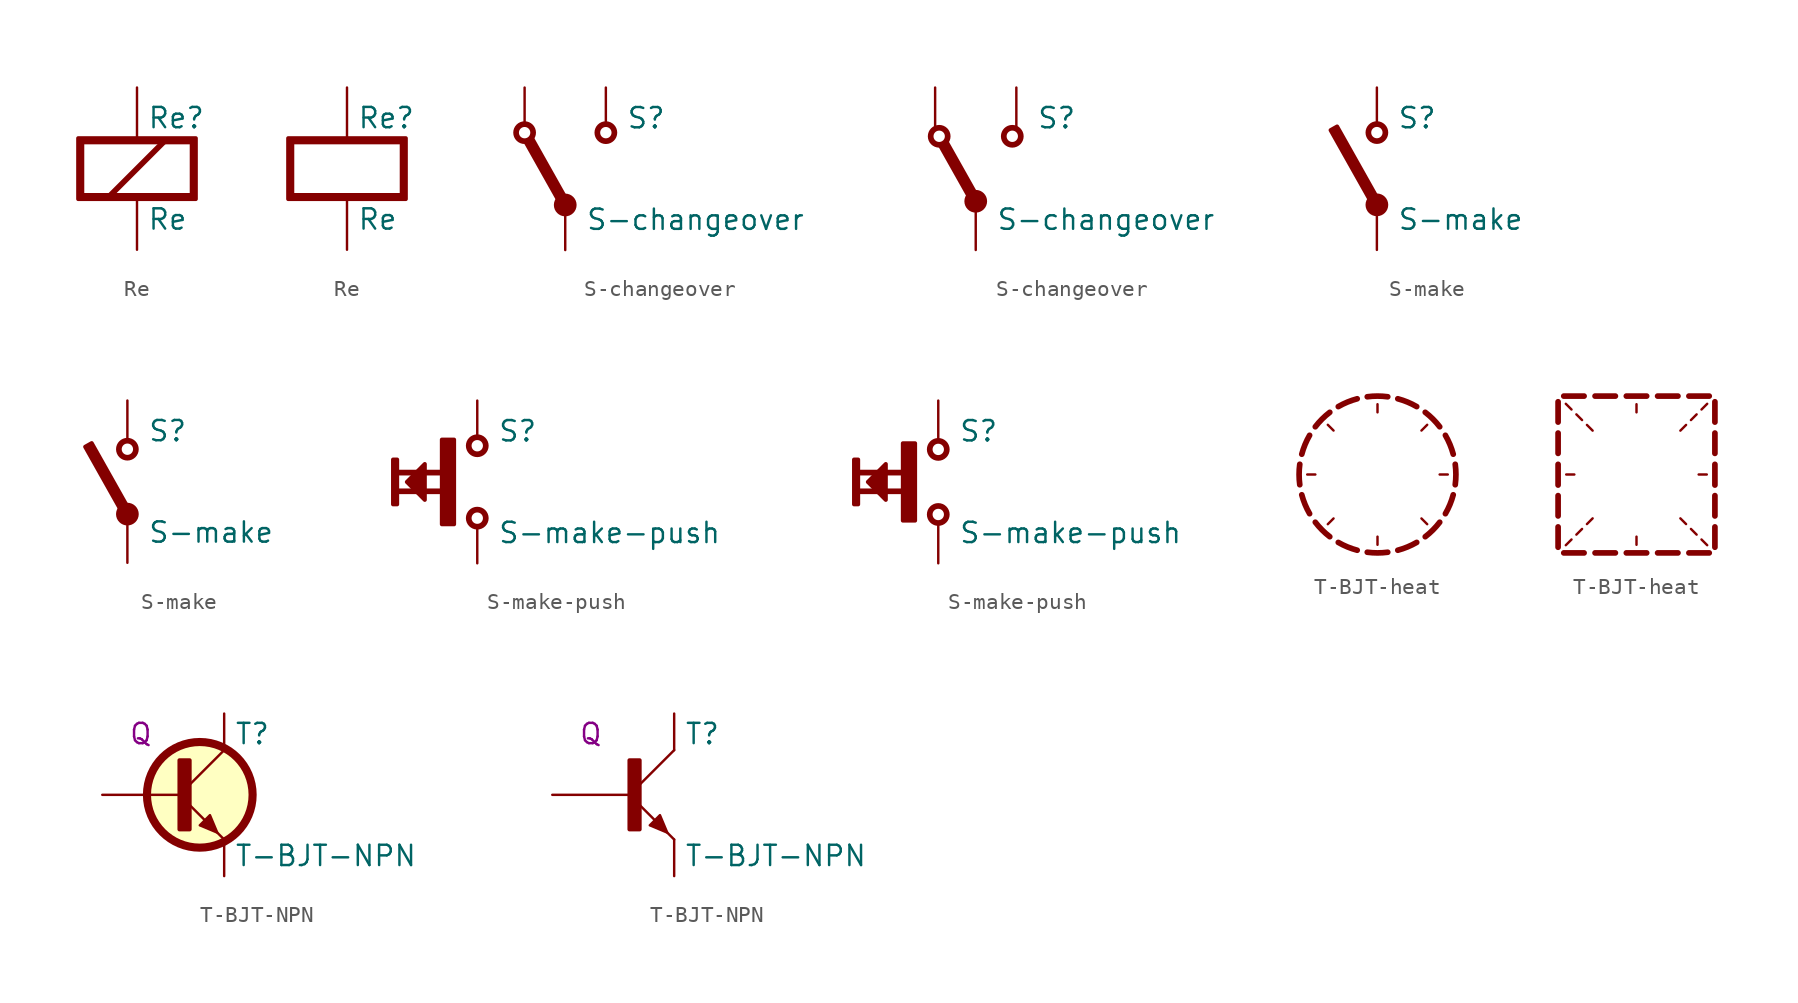
<source format=kicad_sym>
(kicad_symbol_lib
  (version 20211014)
  (generator kicad_symbol_editor)
  (symbol "Re"
    (pin_numbers hide)
    (pin_names
      (offset 0) hide)
    (property "Reference" "Re"
      (at 0.635 3.175 0)
      (effects (font (size 1.27 1.27)) (justify left)))
    (property "Value" "Re"
      (at 0.635 -3.175 0)
      (effects (font (size 1.27 1.27)) (justify left)))
    (symbol "Re_1_0"
      (pin passive line (at 0 5.08 270) (length 3.175) (name "+" (effects (font (size 1.27 1.27)))) (number "1" (effects (font (size 1.27 1.27)))))
      (pin passive line (at 0 -5.08 90) (length 3.175) (name "-" (effects (font (size 1.27 1.27)))) (number "2" (effects (font (size 1.27 1.27))))))
    (symbol "Re_1_1"
      (polyline (pts (xy -1.778 -1.778) (xy 1.778 1.778)) (stroke (width 0.356) (type default) (color 0 0 0 0)) (fill (type none)))
      (polyline (pts (xy -3.683 -1.905) (xy 3.683 -1.905) (xy 3.683 1.905) (xy -3.683 1.905) (xy -3.683 -1.905) (xy -3.429 -1.651) (xy -3.429 1.651) (xy 3.429 1.651) (xy 3.429 -1.651) (xy -3.429 -1.651) (xy -3.683 -1.905)) (stroke (width 0.254) (type default) (color 0 0 0 0)) (fill (type outline))))
    (symbol "Re_1_2"
      (polyline (pts (xy -3.683 -1.905) (xy 3.683 -1.905) (xy 3.683 1.905) (xy -3.683 1.905) (xy -3.683 -1.905) (xy -3.429 -1.651) (xy -3.429 1.651) (xy 3.429 1.651) (xy 3.429 -1.651) (xy -3.429 -1.651) (xy -3.683 -1.905)) (stroke (width 0.254) (type default) (color 0 0 0 0)) (fill (type outline)))))
  (symbol "S-changeover"
    (pin_numbers hide)
    (pin_names
      (offset 0) hide)
    (property "Reference" "S"
      (at 3.81 3.175 0)
      (effects (font (size 1.27 1.27)) (justify left)))
    (property "Value" "S-changeover"
      (at 1.27 -3.175 0)
      (effects (font (size 1.27 1.27)) (justify left)))
    (symbol "S-changeover_1_1"
      (circle (center -2.54 2.261) (radius 0.533) (stroke (width 0.356) (type default) (color 0 0 0 0)) (fill (type none)))
      (circle (center 0 -2.261) (radius 0.533) (stroke (width 0.356) (type default) (color 0 0 0 0)) (fill (type outline)))
      (polyline (pts (xy -2.464 1.651) (xy -0.406 -2.007) (xy 0 -1.778) (xy -2.057 1.88) (xy -2.464 1.651)) (stroke (width 0.254) (type default) (color 0 0 0 0)) (fill (type outline)))
      (circle (center 2.54 2.261) (radius 0.533) (stroke (width 0.356) (type default) (color 0 0 0 0)) (fill (type none)))
      (pin passive line (at 0 -5.08 90) (length 2.235) (name "1" (effects (font (size 1.27 1.27)))) (number "1" (effects (font (size 1.27 1.27)))))
      (pin passive line (at -2.54 5.08 270) (length 2.235) (name "2" (effects (font (size 1.27 1.27)))) (number "2" (effects (font (size 1.27 1.27)))))
      (pin passive line (at 2.54 5.08 270) (length 2.235) (name "4" (effects (font (size 1.27 1.27)))) (number "4" (effects (font (size 1.27 1.27))))))
    (symbol "S-changeover_1_2"
      (circle (center -2.286 2.032) (radius 0.533) (stroke (width 0.356) (type default) (color 0 0 0 0)) (fill (type none)))
      (circle (center 0 -2.032) (radius 0.533) (stroke (width 0.356) (type default) (color 0 0 0 0)) (fill (type outline)))
      (polyline (pts (xy -2.21 1.422) (xy -0.381 -1.829) (xy 0.025 -1.6) (xy -1.803 1.651) (xy -2.21 1.422)) (stroke (width 0.254) (type default) (color 0 0 0 0)) (fill (type outline)))
      (circle (center 2.286 2.032) (radius 0.533) (stroke (width 0.356) (type default) (color 0 0 0 0)) (fill (type none)))
      (pin passive line (at 0 -5.08 90) (length 2.565) (name "1" (effects (font (size 1.27 1.27)))) (number "1" (effects (font (size 1.27 1.27)))))
      (pin passive line (at -2.54 5.08 270) (length 2.565) (name "2" (effects (font (size 1.27 1.27)))) (number "2" (effects (font (size 1.27 1.27)))))
      (pin passive line (at 2.54 5.08 270) (length 2.565) (name "4" (effects (font (size 1.27 1.27)))) (number "4" (effects (font (size 1.27 1.27))))))
    (symbol "S-changeover_1_3"
      (circle (center -2.54 2.54) (radius 0.533) (stroke (width 0.356) (type default) (color 0 0 0 0)) (fill (type none)))
      (circle (center 0 -1.981) (radius 0.533) (stroke (width 0.356) (type default) (color 0 0 0 0)) (fill (type outline)))
      (polyline (pts (xy -2.464 1.93) (xy -0.406 -1.727) (xy 0 -1.499) (xy -2.057 2.159) (xy -2.464 1.93)) (stroke (width 0.254) (type default) (color 0 0 0 0)) (fill (type outline)))
      (circle (center 2.54 2.54) (radius 0.533) (stroke (width 0.356) (type default) (color 0 0 0 0)) (fill (type none)))
      (pin passive line (at 0 -5.08 90) (length 2.515) (name "1" (effects (font (size 1.27 1.27)))) (number "1" (effects (font (size 1.27 1.27)))))
      (pin passive line (at -5.08 2.54 0) (length 1.956) (name "2" (effects (font (size 1.27 1.27)))) (number "2" (effects (font (size 1.27 1.27)))))
      (pin passive line (at 5.08 2.54 180) (length 1.956) (name "4" (effects (font (size 1.27 1.27)))) (number "4" (effects (font (size 1.27 1.27))))))
    (symbol "S-changeover_1_4"
      (circle (center -2.286 2.54) (radius 0.533) (stroke (width 0.356) (type default) (color 0 0 0 0)) (fill (type none)))
      (circle (center 0 -1.524) (radius 0.533) (stroke (width 0.356) (type default) (color 0 0 0 0)) (fill (type outline)))
      (polyline (pts (xy -2.21 1.93) (xy -0.381 -1.321) (xy 0.025 -1.092) (xy -1.803 2.159) (xy -2.21 1.93)) (stroke (width 0.254) (type default) (color 0 0 0 0)) (fill (type outline)))
      (circle (center 2.286 2.54) (radius 0.533) (stroke (width 0.356) (type default) (color 0 0 0 0)) (fill (type none)))
      (pin passive line (at 0 -5.08 90) (length 2.972) (name "1" (effects (font (size 1.27 1.27)))) (number "1" (effects (font (size 1.27 1.27)))))
      (pin passive line (at -5.08 2.54 0) (length 2.21) (name "2" (effects (font (size 1.27 1.27)))) (number "2" (effects (font (size 1.27 1.27)))))
      (pin passive line (at 5.08 2.54 180) (length 2.21) (name "4" (effects (font (size 1.27 1.27)))) (number "4" (effects (font (size 1.27 1.27)))))))
  (symbol "S-make"
    (pin_numbers hide)
    (pin_names
      (offset 0) hide)
    (property "Reference" "S"
      (at 1.27 3.175 0)
      (effects (font (size 1.27 1.27)) (justify left)))
    (property "Value" "S-make"
      (at 1.27 -3.175 0)
      (effects (font (size 1.27 1.27)) (justify left)))
    (symbol "S-make_1_1"
      (circle (center 0 -2.261) (radius 0.533) (stroke (width 0.356) (type default) (color 0 0 0 0)) (fill (type outline)))
      (polyline (pts (xy -2.896 2.413) (xy -0.381 -2.057) (xy 0.025 -1.829) (xy -2.489 2.642) (xy -2.896 2.413)) (stroke (width 0.254) (type default) (color 0 0 0 0)) (fill (type outline)))
      (circle (center 0 2.261) (radius 0.533) (stroke (width 0.356) (type default) (color 0 0 0 0)) (fill (type none)))
      (pin passive line (at 0 -5.08 90) (length 2.235) (name "3" (effects (font (size 1.27 1.27)))) (number "3" (effects (font (size 1.27 1.27)))))
      (pin passive line (at 0 5.08 270) (length 2.235) (name "4" (effects (font (size 1.27 1.27)))) (number "4" (effects (font (size 1.27 1.27))))))
    (symbol "S-make_1_2"
      (circle (center 0 -2.032) (radius 0.533) (stroke (width 0.356) (type default) (color 0 0 0 0)) (fill (type outline)))
      (polyline (pts (xy -0.356 -1.88) (xy 0.051 -1.651) (xy -2.235 2.413) (xy -2.642 2.184) (xy -0.356 -1.88)) (stroke (width 0.254) (type default) (color 0 0 0 0)) (fill (type outline)))
      (circle (center 0 2.032) (radius 0.533) (stroke (width 0.356) (type default) (color 0 0 0 0)) (fill (type none)))
      (pin passive line (at 0 -5.08 90) (length 2.464) (name "3" (effects (font (size 1.27 1.27)))) (number "3" (effects (font (size 1.27 1.27)))))
      (pin passive line (at 0 5.08 270) (length 2.464) (name "4" (effects (font (size 1.27 1.27)))) (number "4" (effects (font (size 1.27 1.27))))))
    (symbol "S-make_1_3"
      (circle (center 0 -2.261) (radius 0.533) (stroke (width 0.356) (type default) (color 0 0 0 0)) (fill (type outline)))
      (polyline (pts (xy -0.356 -2.108) (xy 0.051 -1.88) (xy -2.235 2.184) (xy -2.642 1.956) (xy -0.356 -2.108)) (stroke (width 0.254) (type default) (color 0 0 0 0)) (fill (type outline)))
      (circle (center 0 2.261) (radius 0.533) (stroke (width 0.356) (type default) (color 0 0 0 0)) (fill (type none)))
      (pin passive line (at 0 -5.08 90) (length 2.235) (name "3" (effects (font (size 1.27 1.27)))) (number "3" (effects (font (size 1.27 1.27)))))
      (pin passive line (at 0 5.08 270) (length 2.235) (name "4" (effects (font (size 1.27 1.27)))) (number "4" (effects (font (size 1.27 1.27)))))))
  (symbol "S-make-push"
    (pin_numbers hide)
    (pin_names
      (offset 0) hide)
    (property "Reference" "S"
      (at 1.27 3.175 0)
      (effects (font (size 1.27 1.27)) (justify left)))
    (property "Value" "S-make-push"
      (at 1.27 -3.175 0)
      (effects (font (size 1.27 1.27)) (justify left)))
    (symbol "S-make-push_1_1"
      (rectangle (start -5.258 1.397) (end -5.004 -1.397) (stroke (width 0.254) (type default) (color 0 0 0 0)) (fill (type outline)))
      (rectangle (start -2.21 2.642) (end -1.448 -2.642) (stroke (width 0.254) (type default) (color 0 0 0 0)) (fill (type outline)))
      (circle (center 0 -2.261) (radius 0.533) (stroke (width 0.356) (type default) (color 0 0 0 0)) (fill (type none)))
      (polyline (pts (xy -4.953 -0.584) (xy -2.261 -0.584)) (stroke (width 0.356) (type default) (color 0 0 0 0)) (fill (type none)))
      (polyline (pts (xy -4.953 0.584) (xy -2.261 0.584)) (stroke (width 0.356) (type default) (color 0 0 0 0)) (fill (type none)))
      (polyline (pts (xy -4.394 0) (xy -3.277 -1.118) (xy -3.277 1.118) (xy -4.394 0)) (stroke (width 0.254) (type default) (color 0 0 0 0)) (fill (type outline)))
      (circle (center 0 2.261) (radius 0.533) (stroke (width 0.356) (type default) (color 0 0 0 0)) (fill (type none)))
      (pin passive line (at 0 -5.08 90) (length 2.235) (name "3" (effects (font (size 1.27 1.27)))) (number "3" (effects (font (size 1.27 1.27)))))
      (pin passive line (at 0 5.08 270) (length 2.235) (name "4" (effects (font (size 1.27 1.27)))) (number "4" (effects (font (size 1.27 1.27))))))
    (symbol "S-make-push_1_2"
      (rectangle (start -5.258 1.397) (end -5.004 -1.397) (stroke (width 0.254) (type default) (color 0 0 0 0)) (fill (type outline)))
      (rectangle (start -2.21 2.413) (end -1.448 -2.413) (stroke (width 0.254) (type default) (color 0 0 0 0)) (fill (type outline)))
      (circle (center 0 -2.032) (radius 0.533) (stroke (width 0.356) (type default) (color 0 0 0 0)) (fill (type none)))
      (polyline (pts (xy -4.953 -0.584) (xy -2.261 -0.584)) (stroke (width 0.356) (type default) (color 0 0 0 0)) (fill (type none)))
      (polyline (pts (xy -4.953 0.584) (xy -2.261 0.584)) (stroke (width 0.356) (type default) (color 0 0 0 0)) (fill (type none)))
      (polyline (pts (xy -4.394 0) (xy -3.277 -1.118) (xy -3.277 1.118) (xy -4.394 0)) (stroke (width 0.254) (type default) (color 0 0 0 0)) (fill (type outline)))
      (circle (center 0 2.032) (radius 0.533) (stroke (width 0.356) (type default) (color 0 0 0 0)) (fill (type none)))
      (pin passive line (at 0 -5.08 90) (length 2.464) (name "3" (effects (font (size 1.27 1.27)))) (number "3" (effects (font (size 1.27 1.27)))))
      (pin passive line (at 0 5.08 270) (length 2.464) (name "4" (effects (font (size 1.27 1.27)))) (number "4" (effects (font (size 1.27 1.27))))))
    (symbol "S-make-push_1_3"
      (rectangle (start -6.274 1.397) (end -6.02 -1.397) (stroke (width 0.254) (type default) (color 0 0 0 0)) (fill (type outline)))
      (rectangle (start -3.226 2.642) (end -2.464 -2.642) (stroke (width 0.254) (type default) (color 0 0 0 0)) (fill (type outline)))
      (circle (center 0 -2.261) (radius 0.533) (stroke (width 0.356) (type default) (color 0 0 0 0)) (fill (type none)))
      (polyline (pts (xy -5.969 -0.584) (xy -3.277 -0.584)) (stroke (width 0.356) (type default) (color 0 0 0 0)) (fill (type none)))
      (polyline (pts (xy -5.969 0.584) (xy -3.277 0.584)) (stroke (width 0.356) (type default) (color 0 0 0 0)) (fill (type none)))
      (polyline (pts (xy -5.41 0) (xy -4.293 -1.118) (xy -4.293 1.118) (xy -5.41 0)) (stroke (width 0.254) (type default) (color 0 0 0 0)) (fill (type outline)))
      (circle (center 0 2.261) (radius 0.533) (stroke (width 0.356) (type default) (color 0 0 0 0)) (fill (type none)))
      (pin passive line (at 0 -5.08 90) (length 2.235) (name "3" (effects (font (size 1.27 1.27)))) (number "3" (effects (font (size 1.27 1.27)))))
      (pin passive line (at 0 5.08 270) (length 2.235) (name "4" (effects (font (size 1.27 1.27)))) (number "4" (effects (font (size 1.27 1.27))))))
    (symbol "S-make-push_1_4"
      (rectangle (start -6.274 1.397) (end -6.02 -1.397) (stroke (width 0.254) (type default) (color 0 0 0 0)) (fill (type outline)))
      (rectangle (start -3.226 2.413) (end -2.464 -2.413) (stroke (width 0.254) (type default) (color 0 0 0 0)) (fill (type outline)))
      (circle (center 0 -2.032) (radius 0.533) (stroke (width 0.356) (type default) (color 0 0 0 0)) (fill (type none)))
      (polyline (pts (xy -5.969 -0.584) (xy -3.277 -0.584)) (stroke (width 0.356) (type default) (color 0 0 0 0)) (fill (type none)))
      (polyline (pts (xy -5.969 0.584) (xy -3.277 0.584)) (stroke (width 0.356) (type default) (color 0 0 0 0)) (fill (type none)))
      (polyline (pts (xy -5.41 0) (xy -4.293 -1.118) (xy -4.293 1.118) (xy -5.41 0)) (stroke (width 0.254) (type default) (color 0 0 0 0)) (fill (type outline)))
      (circle (center 0 2.032) (radius 0.533) (stroke (width 0.356) (type default) (color 0 0 0 0)) (fill (type none)))
      (pin passive line (at 0 -5.08 90) (length 2.464) (name "3" (effects (font (size 1.27 1.27)))) (number "3" (effects (font (size 1.27 1.27)))))
      (pin passive line (at 0 5.08 270) (length 2.464) (name "4" (effects (font (size 1.27 1.27)))) (number "4" (effects (font (size 1.27 1.27)))))))
  (symbol "T-BJT-heat"
    (pin_numbers hide)
    (pin_names
      (offset 0) hide)
    (property "Reference" "#SYM"
      (at 0 0 0)
      (effects (font (size 0 0)) hide))
    (symbol "T-BJT-heat_1_1"
      (arc (start -3.8443 0.6399) (mid -3.8862 0) (end -3.8443 -0.6399) (stroke (width 0.3556) (type default) (color 0 0 0 0)) (fill (type none)))
      (arc (start -3.7192 -1.2688) (mid -3.513 -1.876) (end -3.2294 -2.4511) (stroke (width 0.3556) (type default) (color 0 0 0 0)) (fill (type none)))
      (arc (start -3.2294 2.4511) (mid -3.513 1.876) (end -3.7192 1.2688) (stroke (width 0.3556) (type default) (color 0 0 0 0)) (fill (type none)))
      (arc (start -2.8732 -2.9843) (mid -2.4504 -3.4664) (end -1.9683 -3.8892) (stroke (width 0.3556) (type default) (color 0 0 0 0)) (fill (type none)))
      (arc (start -1.9683 3.8892) (mid -2.4504 3.4664) (end -2.8732 2.9843) (stroke (width 0.3556) (type default) (color 0 0 0 0)) (fill (type none)))
      (arc (start -1.4351 -4.2454) (mid -0.86 -4.529) (end -0.2528 -4.7352) (stroke (width 0.3556) (type default) (color 0 0 0 0)) (fill (type none)))
      (arc (start -0.2528 4.7352) (mid -0.86 4.529) (end -1.4351 4.2454) (stroke (width 0.3556) (type default) (color 0 0 0 0)) (fill (type none)))
      (polyline (pts (xy -2.87 0) (xy -3.378 0)) (stroke (width 0) (type default) (color 0 0 0 0)) (fill (type none)))
      (polyline (pts (xy -1.732 -2.748) (xy -2.091 -3.107)) (stroke (width 0) (type default) (color 0 0 0 0)) (fill (type none)))
      (polyline (pts (xy -1.732 2.748) (xy -2.091 3.107)) (stroke (width 0) (type default) (color 0 0 0 0)) (fill (type none)))
      (polyline (pts (xy 1.016 -3.886) (xy 1.016 -4.394)) (stroke (width 0) (type default) (color 0 0 0 0)) (fill (type none)))
      (polyline (pts (xy 1.016 3.886) (xy 1.016 4.394)) (stroke (width 0) (type default) (color 0 0 0 0)) (fill (type none)))
      (polyline (pts (xy 3.764 -2.748) (xy 4.123 -3.107)) (stroke (width 0) (type default) (color 0 0 0 0)) (fill (type none)))
      (polyline (pts (xy 3.764 2.748) (xy 4.123 3.107)) (stroke (width 0) (type default) (color 0 0 0 0)) (fill (type none)))
      (polyline (pts (xy 4.902 0) (xy 5.41 0)) (stroke (width 0) (type default) (color 0 0 0 0)) (fill (type none)))
      (arc (start 0.3761 -4.8603) (mid 1.016 -4.9022) (end 1.6559 -4.8603) (stroke (width 0.3556) (type default) (color 0 0 0 0)) (fill (type none)))
      (arc (start 1.6559 4.8603) (mid 1.016 4.9022) (end 0.3761 4.8603) (stroke (width 0.3556) (type default) (color 0 0 0 0)) (fill (type none)))
      (arc (start 2.2848 -4.7352) (mid 2.892 -4.529) (end 3.4671 -4.2454) (stroke (width 0.3556) (type default) (color 0 0 0 0)) (fill (type none)))
      (arc (start 3.4671 4.2454) (mid 2.892 4.529) (end 2.2848 4.7352) (stroke (width 0.3556) (type default) (color 0 0 0 0)) (fill (type none)))
      (arc (start 4.0003 -3.8892) (mid 4.4824 -3.4664) (end 4.9052 -2.9843) (stroke (width 0.3556) (type default) (color 0 0 0 0)) (fill (type none)))
      (arc (start 4.9052 2.9843) (mid 4.4824 3.4664) (end 4.0003 3.8892) (stroke (width 0.3556) (type default) (color 0 0 0 0)) (fill (type none)))
      (arc (start 5.2614 -2.4511) (mid 5.545 -1.876) (end 5.7512 -1.2688) (stroke (width 0.3556) (type default) (color 0 0 0 0)) (fill (type none)))
      (arc (start 5.7512 1.2688) (mid 5.545 1.876) (end 5.2614 2.4511) (stroke (width 0.3556) (type default) (color 0 0 0 0)) (fill (type none)))
      (arc (start 5.8763 -0.6399) (mid 5.9182 0) (end 5.8763 0.6399) (stroke (width 0.3556) (type default) (color 0 0 0 0)) (fill (type none))))
    (symbol "T-BJT-heat_1_2"
      (polyline (pts (xy -3.886 -3.277) (xy -3.886 -4.547)) (stroke (width 0.356) (type default) (color 0 0 0 0)) (fill (type none)))
      (polyline (pts (xy -3.886 -1.321) (xy -3.886 -2.591)) (stroke (width 0.356) (type default) (color 0 0 0 0)) (fill (type none)))
      (polyline (pts (xy -3.886 0.635) (xy -3.886 -0.66)) (stroke (width 0.356) (type default) (color 0 0 0 0)) (fill (type none)))
      (polyline (pts (xy -3.886 2.591) (xy -3.886 1.321)) (stroke (width 0.356) (type default) (color 0 0 0 0)) (fill (type none)))
      (polyline (pts (xy -3.886 4.547) (xy -3.886 3.277)) (stroke (width 0.356) (type default) (color 0 0 0 0)) (fill (type none)))
      (polyline (pts (xy -3.531 -4.902) (xy -2.261 -4.902)) (stroke (width 0.356) (type default) (color 0 0 0 0)) (fill (type none)))
      (polyline (pts (xy -3.531 4.902) (xy -2.261 4.902)) (stroke (width 0.356) (type default) (color 0 0 0 0)) (fill (type none)))
      (polyline (pts (xy -3.048 -4.064) (xy -3.404 -4.42)) (stroke (width 0) (type default) (color 0 0 0 0)) (fill (type none)))
      (polyline (pts (xy -3.048 4.064) (xy -3.404 4.42)) (stroke (width 0) (type default) (color 0 0 0 0)) (fill (type none)))
      (polyline (pts (xy -2.87 0) (xy -3.378 0)) (stroke (width 0) (type default) (color 0 0 0 0)) (fill (type none)))
      (polyline (pts (xy -2.388 -3.404) (xy -2.743 -3.759)) (stroke (width 0) (type default) (color 0 0 0 0)) (fill (type none)))
      (polyline (pts (xy -2.388 3.404) (xy -2.743 3.759)) (stroke (width 0) (type default) (color 0 0 0 0)) (fill (type none)))
      (polyline (pts (xy -1.727 -2.743) (xy -2.083 -3.099)) (stroke (width 0) (type default) (color 0 0 0 0)) (fill (type none)))
      (polyline (pts (xy -1.727 2.743) (xy -2.083 3.099)) (stroke (width 0) (type default) (color 0 0 0 0)) (fill (type none)))
      (polyline (pts (xy -1.575 -4.902) (xy -0.305 -4.902)) (stroke (width 0.356) (type default) (color 0 0 0 0)) (fill (type none)))
      (polyline (pts (xy -1.575 4.902) (xy -0.305 4.902)) (stroke (width 0.356) (type default) (color 0 0 0 0)) (fill (type none)))
      (polyline (pts (xy 0.381 -4.902) (xy 1.651 -4.902)) (stroke (width 0.356) (type default) (color 0 0 0 0)) (fill (type none)))
      (polyline (pts (xy 0.381 4.902) (xy 1.651 4.902)) (stroke (width 0.356) (type default) (color 0 0 0 0)) (fill (type none)))
      (polyline (pts (xy 1.016 -3.886) (xy 1.016 -4.394)) (stroke (width 0) (type default) (color 0 0 0 0)) (fill (type none)))
      (polyline (pts (xy 1.016 3.886) (xy 1.016 4.394)) (stroke (width 0) (type default) (color 0 0 0 0)) (fill (type none)))
      (polyline (pts (xy 2.337 -4.902) (xy 3.607 -4.902)) (stroke (width 0.356) (type default) (color 0 0 0 0)) (fill (type none)))
      (polyline (pts (xy 2.337 4.902) (xy 3.607 4.902)) (stroke (width 0.356) (type default) (color 0 0 0 0)) (fill (type none)))
      (polyline (pts (xy 3.759 -2.743) (xy 4.115 -3.099)) (stroke (width 0) (type default) (color 0 0 0 0)) (fill (type none)))
      (polyline (pts (xy 3.759 2.743) (xy 4.115 3.099)) (stroke (width 0) (type default) (color 0 0 0 0)) (fill (type none)))
      (polyline (pts (xy 4.293 -4.902) (xy 5.563 -4.902)) (stroke (width 0.356) (type default) (color 0 0 0 0)) (fill (type none)))
      (polyline (pts (xy 4.293 4.902) (xy 5.563 4.902)) (stroke (width 0.356) (type default) (color 0 0 0 0)) (fill (type none)))
      (polyline (pts (xy 4.42 -3.404) (xy 4.775 -3.759)) (stroke (width 0) (type default) (color 0 0 0 0)) (fill (type none)))
      (polyline (pts (xy 4.42 3.404) (xy 4.775 3.759)) (stroke (width 0) (type default) (color 0 0 0 0)) (fill (type none)))
      (polyline (pts (xy 4.902 0) (xy 5.41 0)) (stroke (width 0) (type default) (color 0 0 0 0)) (fill (type none)))
      (polyline (pts (xy 5.08 -4.064) (xy 5.436 -4.42)) (stroke (width 0) (type default) (color 0 0 0 0)) (fill (type none)))
      (polyline (pts (xy 5.08 4.064) (xy 5.436 4.42)) (stroke (width 0) (type default) (color 0 0 0 0)) (fill (type none)))
      (polyline (pts (xy 5.918 -3.277) (xy 5.918 -4.547)) (stroke (width 0.356) (type default) (color 0 0 0 0)) (fill (type none)))
      (polyline (pts (xy 5.918 -1.321) (xy 5.918 -2.591)) (stroke (width 0.356) (type default) (color 0 0 0 0)) (fill (type none)))
      (polyline (pts (xy 5.918 0.635) (xy 5.918 -0.66)) (stroke (width 0.356) (type default) (color 0 0 0 0)) (fill (type none)))
      (polyline (pts (xy 5.918 2.591) (xy 5.918 1.321)) (stroke (width 0.356) (type default) (color 0 0 0 0)) (fill (type none)))
      (polyline (pts (xy 5.918 4.547) (xy 5.918 3.277)) (stroke (width 0.356) (type default) (color 0 0 0 0)) (fill (type none)))))
  (symbol "T-BJT-NPN"
    (pin_numbers hide)
    (pin_names
      (offset 0) hide)
    (property "Reference" "T"
      (at 3.175 3.81 0)
      (effects (font (size 1.27 1.27)) (justify left)))
    (property "Value" "T-BJT-NPN"
      (at 3.175 -3.81 0)
      (effects (font (size 1.27 1.27)) (justify left)))
    (property "Spice_Model" "Q"
      (at -1.905 3.81 0)
      (effects (font (size 1.27 1.27)) (justify right)))
    (symbol "T-BJT-NPN_1_0"
      (polyline (pts (xy 2.54 -2.794) (xy 0.381 -0.635)) (stroke (width 0) (type default) (color 0 0 0 0)) (fill (type none)))
      (polyline (pts (xy 2.54 2.794) (xy 0.381 0.635)) (stroke (width 0) (type default) (color 0 0 0 0)) (fill (type none)))
      (polyline (pts (xy 2.108 -2.362) (xy 1.651 -1.27) (xy 1.016 -1.905) (xy 2.108 -2.362)) (stroke (width 0) (type default) (color 0 0 0 0)) (fill (type outline)))
      (pin passive line (at 2.54 5.08 270) (length 2.286) (name "C" (effects (font (size 1.27 1.27)))) (number "1" (effects (font (size 1.27 1.27)))))
      (pin passive line (at -5.08 0 0) (length 4.826) (name "B" (effects (font (size 1.27 1.27)))) (number "2" (effects (font (size 1.27 1.27)))))
      (pin passive line (at 2.54 -5.08 90) (length 2.286) (name "E" (effects (font (size 1.27 1.27)))) (number "3" (effects (font (size 1.27 1.27))))))
    (symbol "T-BJT-NPN_1_1"
      (rectangle (start -0.254 2.159) (end 0.381 -2.159) (stroke (width 0.254) (type default) (color 0 0 0 0)) (fill (type outline)))
      (circle (center 1.016 0) (radius 3.302) (stroke (width 0.508) (type default) (color 0 0 0 0)) (fill (type background))))
    (symbol "T-BJT-NPN_1_2"
      (rectangle (start -0.254 2.159) (end 0.381 -2.159) (stroke (width 0.254) (type default) (color 0 0 0 0)) (fill (type outline))))))
</source>
